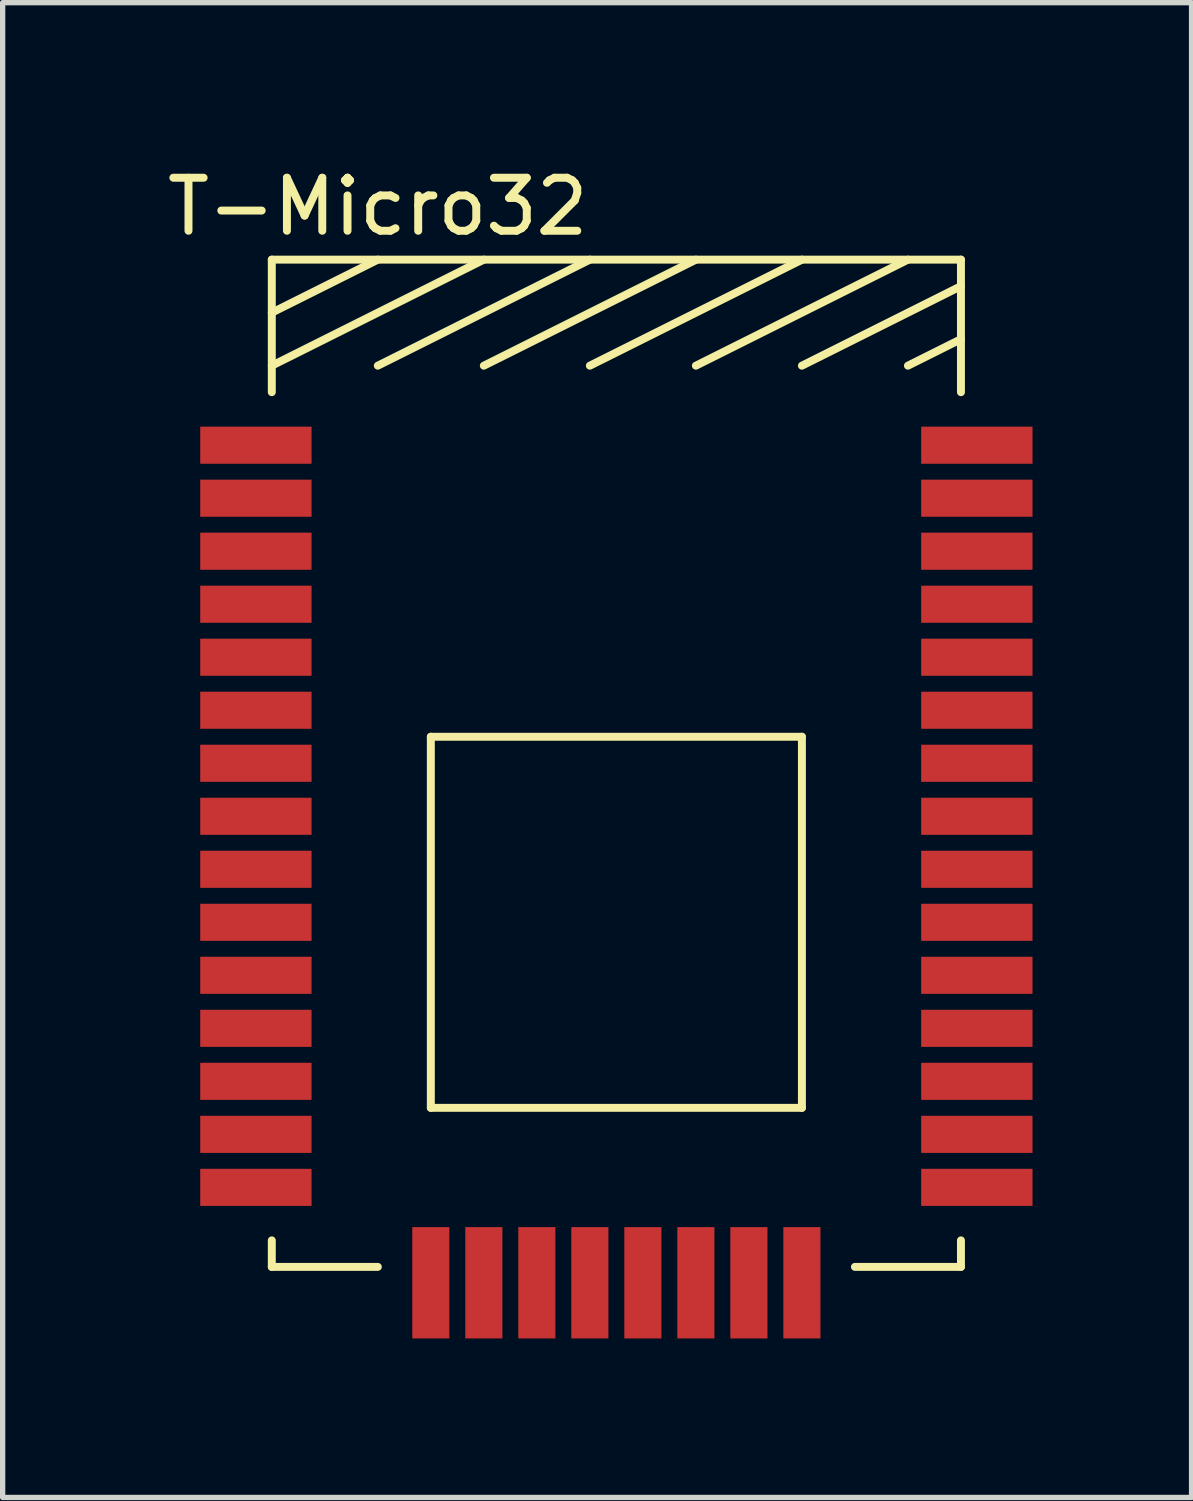
<source format=kicad_pcb>
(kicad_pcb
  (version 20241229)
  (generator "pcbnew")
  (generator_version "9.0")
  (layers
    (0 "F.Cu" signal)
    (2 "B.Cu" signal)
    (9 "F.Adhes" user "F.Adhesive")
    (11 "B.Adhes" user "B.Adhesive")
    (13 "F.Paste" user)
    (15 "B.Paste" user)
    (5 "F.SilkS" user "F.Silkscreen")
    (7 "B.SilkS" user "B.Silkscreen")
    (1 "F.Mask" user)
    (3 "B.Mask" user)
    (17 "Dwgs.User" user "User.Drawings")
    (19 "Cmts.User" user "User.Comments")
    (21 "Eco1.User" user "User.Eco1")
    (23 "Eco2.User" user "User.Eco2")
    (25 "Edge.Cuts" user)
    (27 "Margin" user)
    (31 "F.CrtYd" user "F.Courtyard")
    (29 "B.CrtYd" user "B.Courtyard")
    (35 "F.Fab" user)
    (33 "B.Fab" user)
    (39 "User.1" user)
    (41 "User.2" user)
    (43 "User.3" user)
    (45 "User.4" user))
  (footprint "T-Micro32"
    (layer "F.Cu")
    (at 2.077 5.348)
    (property "Reference" "T-Micro32" (at 2 -4.5 0) (layer "F.SilkS") (effects (font (size 1 1) (thickness 0.15))))
    (attr through_hole)
    (fp_line (start 0 -3.5) (end 13 -3.5) (stroke (width 0.15) (type solid)) (layer "F.SilkS"))
    (fp_line (start 0 -2.5) (end 2 -3.5) (stroke (width 0.15) (type solid)) (layer "F.SilkS"))
    (fp_line (start 0 -1.5) (end 4 -3.5) (stroke (width 0.15) (type solid)) (layer "F.SilkS"))
    (fp_line (start 0 -1) (end 0 -3.5) (stroke (width 0.15) (type solid)) (layer "F.SilkS"))
    (fp_line (start 0 15) (end 0 15.5) (stroke (width 0.15) (type solid)) (layer "F.SilkS"))
    (fp_line (start 0 15.5) (end 2 15.5) (stroke (width 0.15) (type solid)) (layer "F.SilkS"))
    (fp_line (start 2 -1.5) (end 6 -3.5) (stroke (width 0.15) (type solid)) (layer "F.SilkS"))
    (fp_line (start 3 5.5) (end 3 12.5) (stroke (width 0.15) (type solid)) (layer "F.SilkS"))
    (fp_line (start 3 12.5) (end 10 12.5) (stroke (width 0.15) (type solid)) (layer "F.SilkS"))
    (fp_line (start 6 -1.5) (end 10 -3.5) (stroke (width 0.15) (type solid)) (layer "F.SilkS"))
    (fp_line (start 8 -3.5) (end 4 -1.5) (stroke (width 0.15) (type solid)) (layer "F.SilkS"))
    (fp_line (start 8 -1.5) (end 12 -3.5) (stroke (width 0.15) (type solid)) (layer "F.SilkS"))
    (fp_line (start 10 -1.5) (end 13 -3) (stroke (width 0.15) (type solid)) (layer "F.SilkS"))
    (fp_line (start 10 5.5) (end 3 5.5) (stroke (width 0.15) (type solid)) (layer "F.SilkS"))
    (fp_line (start 10 12.5) (end 10 5.5) (stroke (width 0.15) (type solid)) (layer "F.SilkS"))
    (fp_line (start 11 15.5) (end 13 15.5) (stroke (width 0.15) (type solid)) (layer "F.SilkS"))
    (fp_line (start 12 -1.5) (end 13 -2) (stroke (width 0.15) (type solid)) (layer "F.SilkS"))
    (fp_line (start 13 -3.5) (end 13 -1) (stroke (width 0.15) (type solid)) (layer "F.SilkS"))
    (fp_line (start 13 15.5) (end 13 15) (stroke (width 0.15) (type solid)) (layer "F.SilkS"))
    (pad "1" smd rect (at 0 0) (size 2.1 0.7) (drill (offset -0.3 0)) (layers "F.Cu" "F.Mask" "F.Paste"))
    (pad "2" smd rect (at 0 1) (size 2.1 0.7) (drill (offset -0.3 0)) (layers "F.Cu" "F.Mask" "F.Paste"))
    (pad "3" smd rect (at 0 2) (size 2.1 0.7) (drill (offset -0.3 0)) (layers "F.Cu" "F.Mask" "F.Paste"))
    (pad "4" smd rect (at 0 3) (size 2.1 0.7) (drill (offset -0.3 0)) (layers "F.Cu" "F.Mask" "F.Paste"))
    (pad "5" smd rect (at 0 4) (size 2.1 0.7) (drill (offset -0.3 0)) (layers "F.Cu" "F.Mask" "F.Paste"))
    (pad "6" smd rect (at 0 5) (size 2.1 0.7) (drill (offset -0.3 0)) (layers "F.Cu" "F.Mask" "F.Paste"))
    (pad "7" smd rect (at 0 6) (size 2.1 0.7) (drill (offset -0.3 0)) (layers "F.Cu" "F.Mask" "F.Paste"))
    (pad "8" smd rect (at 0 7) (size 2.1 0.7) (drill (offset -0.3 0)) (layers "F.Cu" "F.Mask" "F.Paste"))
    (pad "9" smd rect (at 0 8) (size 2.1 0.7) (drill (offset -0.3 0)) (layers "F.Cu" "F.Mask" "F.Paste"))
    (pad "10" smd rect (at 0 9) (size 2.1 0.7) (drill (offset -0.3 0)) (layers "F.Cu" "F.Mask" "F.Paste"))
    (pad "11" smd rect (at 0 10) (size 2.1 0.7) (drill (offset -0.3 0)) (layers "F.Cu" "F.Mask" "F.Paste"))
    (pad "12" smd rect (at 0 11) (size 2.1 0.7) (drill (offset -0.3 0)) (layers "F.Cu" "F.Mask" "F.Paste"))
    (pad "13" smd rect (at 0 12) (size 2.1 0.7) (drill (offset -0.3 0)) (layers "F.Cu" "F.Mask" "F.Paste"))
    (pad "14" smd rect (at 0 13) (size 2.1 0.7) (drill (offset -0.3 0)) (layers "F.Cu" "F.Mask" "F.Paste"))
    (pad "15" smd rect (at 0 14) (size 2.1 0.7) (drill (offset -0.3 0)) (layers "F.Cu" "F.Mask" "F.Paste"))
    (pad "16" smd rect (at 3 15.5) (size 0.7 2.1) (drill (offset 0 0.3)) (layers "F.Cu" "F.Mask" "F.Paste"))
    (pad "17" smd rect (at 4 15.5) (size 0.7 2.1) (drill (offset 0 0.3)) (layers "F.Cu" "F.Mask" "F.Paste"))
    (pad "18" smd rect (at 5 15.5) (size 0.7 2.1) (drill (offset 0 0.3)) (layers "F.Cu" "F.Mask" "F.Paste"))
    (pad "19" smd rect (at 6 15.5) (size 0.7 2.1) (drill (offset 0 0.3)) (layers "F.Cu" "F.Mask" "F.Paste"))
    (pad "20" smd rect (at 7 15.5) (size 0.7 2.1) (drill (offset 0 0.3)) (layers "F.Cu" "F.Mask" "F.Paste"))
    (pad "21" smd rect (at 8 15.5) (size 0.7 2.1) (drill (offset 0 0.3)) (layers "F.Cu" "F.Mask" "F.Paste"))
    (pad "22" smd rect (at 9 15.5) (size 0.7 2.1) (drill (offset 0 0.3)) (layers "F.Cu" "F.Mask" "F.Paste"))
    (pad "23" smd rect (at 10 15.5) (size 0.7 2.1) (drill (offset 0 0.3)) (layers "F.Cu" "F.Mask" "F.Paste"))
    (pad "24" smd rect (at 13 14) (size 2.1 0.7) (drill (offset 0.3 0)) (layers "F.Cu" "F.Mask" "F.Paste"))
    (pad "25" smd rect (at 13 13) (size 2.1 0.7) (drill (offset 0.3 0)) (layers "F.Cu" "F.Mask" "F.Paste"))
    (pad "26" smd rect (at 13 12) (size 2.1 0.7) (drill (offset 0.3 0)) (layers "F.Cu" "F.Mask" "F.Paste"))
    (pad "27" smd rect (at 13 11) (size 2.1 0.7) (drill (offset 0.3 0)) (layers "F.Cu" "F.Mask" "F.Paste"))
    (pad "28" smd rect (at 13 10) (size 2.1 0.7) (drill (offset 0.3 0)) (layers "F.Cu" "F.Mask" "F.Paste"))
    (pad "29" smd rect (at 13 9) (size 2.1 0.7) (drill (offset 0.3 0)) (layers "F.Cu" "F.Mask" "F.Paste"))
    (pad "30" smd rect (at 13 8) (size 2.1 0.7) (drill (offset 0.3 0)) (layers "F.Cu" "F.Mask" "F.Paste"))
    (pad "31" smd rect (at 13 7) (size 2.1 0.7) (drill (offset 0.3 0)) (layers "F.Cu" "F.Mask" "F.Paste"))
    (pad "32" smd rect (at 13 6) (size 2.1 0.7) (drill (offset 0.3 0)) (layers "F.Cu" "F.Mask" "F.Paste"))
    (pad "33" smd rect (at 13 5) (size 2.1 0.7) (drill (offset 0.3 0)) (layers "F.Cu" "F.Mask" "F.Paste"))
    (pad "34" smd rect (at 13 4) (size 2.1 0.7) (drill (offset 0.3 0)) (layers "F.Cu" "F.Mask" "F.Paste"))
    (pad "35" smd rect (at 13 3) (size 2.1 0.7) (drill (offset 0.3 0)) (layers "F.Cu" "F.Mask" "F.Paste"))
    (pad "36" smd rect (at 13 2) (size 2.1 0.7) (drill (offset 0.3 0)) (layers "F.Cu" "F.Mask" "F.Paste"))
    (pad "37" smd rect (at 13 1) (size 2.1 0.7) (drill (offset 0.3 0)) (layers "F.Cu" "F.Mask" "F.Paste"))
    (pad "38" smd rect (at 13 0) (size 2.1 0.7) (drill (offset 0.3 0)) (layers "F.Cu" "F.Mask" "F.Paste")))
  (gr_rect
    (start -3 -3)
    (end 19.427 25.198)
    (stroke (width 0.1) (type default))
    (fill no)
    (layer "Edge.Cuts")))
</source>
